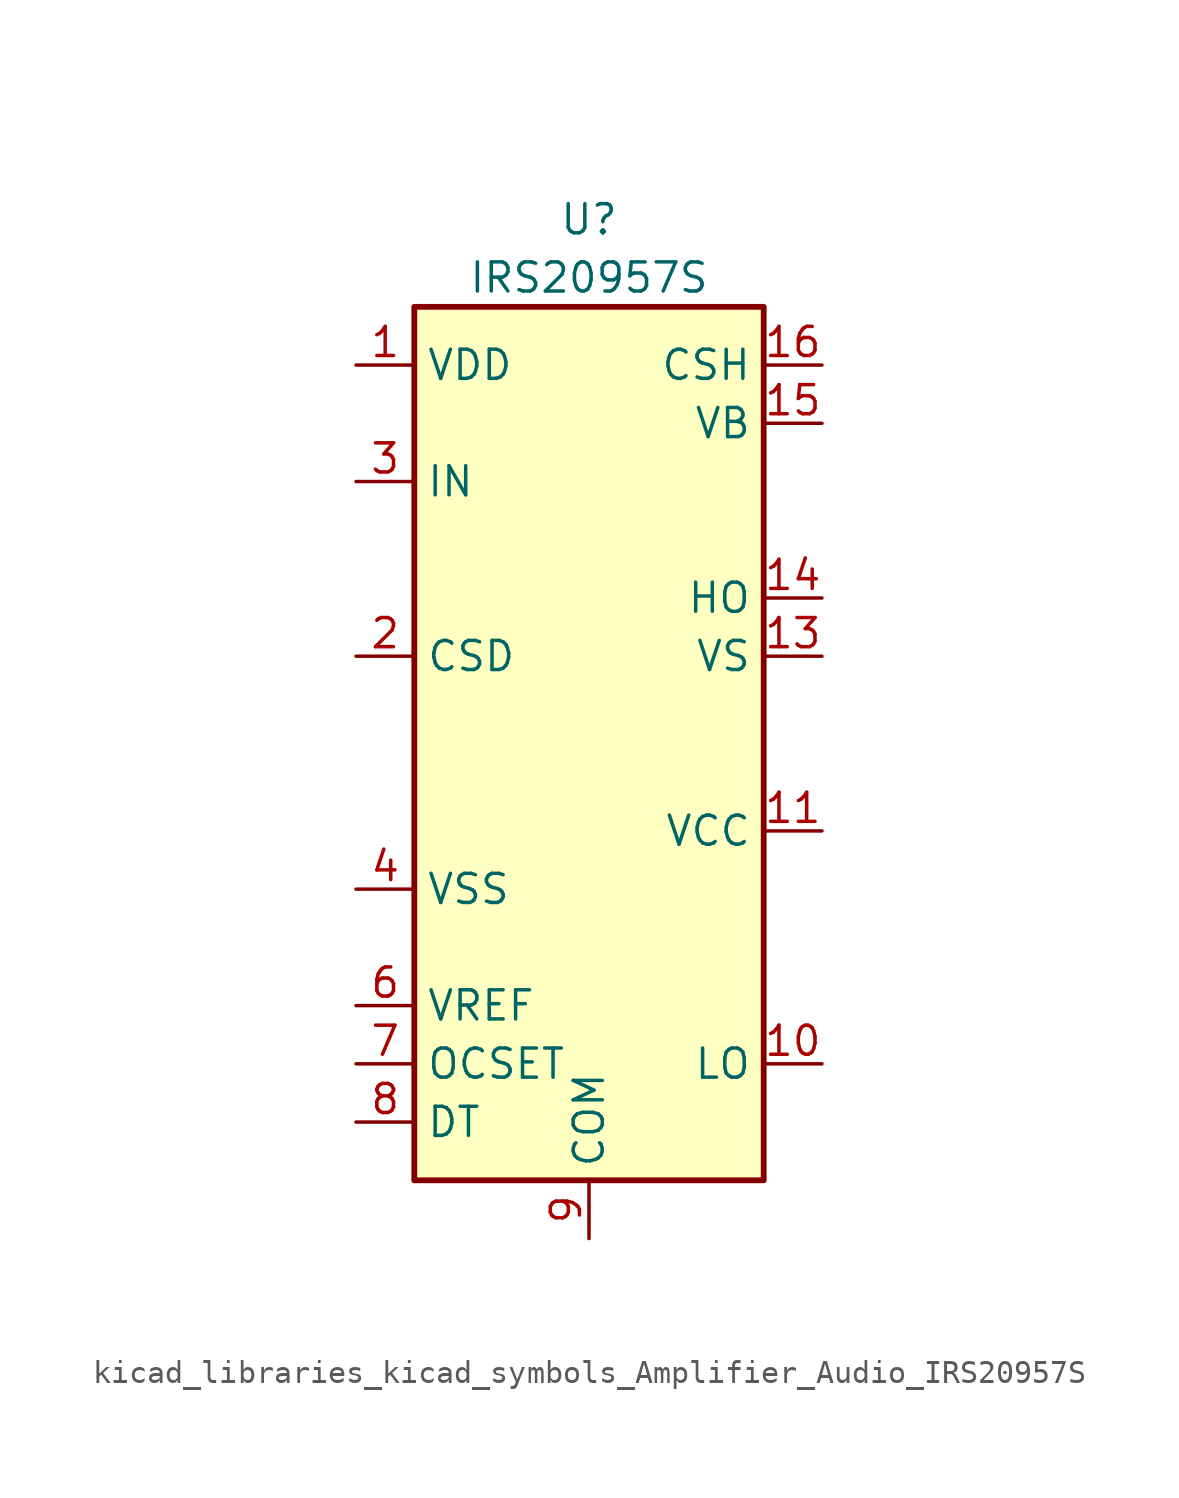
<source format=kicad_sym>
(kicad_symbol_lib
  (version 20220914)
  (generator kicad_symbol_editor)
  (symbol "kicad_libraries_kicad_symbols_Amplifier_Audio_IRS20957S"
    (property "Reference" "U"
      (at 0 24.13 0)
      (effects (font (size 1.27 1.27))))
    (property "Value" "IRS20957S"
      (at 0 21.59 0)
      (effects (font (size 1.27 1.27))))
    (symbol "kicad_libraries_kicad_symbols_Amplifier_Audio_IRS20957S_0_1"
      (rectangle (start -7.62 -17.78) (end 7.62 20.32) (stroke (width 0.254) (type default)) (fill (type background))))
    (symbol "kicad_libraries_kicad_symbols_Amplifier_Audio_IRS20957S_1_1"
      (pin power_in line (at -10.16 17.78 0) (length 2.54) (name "VDD" (effects (font (size 1.27 1.27)))) (number "1" (effects (font (size 1.27 1.27)))))
      (pin output line (at 10.16 -12.7 180) (length 2.54) (name "LO" (effects (font (size 1.27 1.27)))) (number "10" (effects (font (size 1.27 1.27)))))
      (pin power_in line (at 10.16 -2.54 180) (length 2.54) (name "VCC" (effects (font (size 1.27 1.27)))) (number "11" (effects (font (size 1.27 1.27)))))
      (pin no_connect line (at 7.62 0 180) (length 2.54) hide (name "NC" (effects (font (size 1.27 1.27)))) (number "12" (effects (font (size 1.27 1.27)))))
      (pin passive line (at 10.16 5.08 180) (length 2.54) (name "VS" (effects (font (size 1.27 1.27)))) (number "13" (effects (font (size 1.27 1.27)))))
      (pin output line (at 10.16 7.62 180) (length 2.54) (name "HO" (effects (font (size 1.27 1.27)))) (number "14" (effects (font (size 1.27 1.27)))))
      (pin power_in line (at 10.16 15.24 180) (length 2.54) (name "VB" (effects (font (size 1.27 1.27)))) (number "15" (effects (font (size 1.27 1.27)))))
      (pin passive line (at 10.16 17.78 180) (length 2.54) (name "CSH" (effects (font (size 1.27 1.27)))) (number "16" (effects (font (size 1.27 1.27)))))
      (pin passive line (at -10.16 5.08 0) (length 2.54) (name "CSD" (effects (font (size 1.27 1.27)))) (number "2" (effects (font (size 1.27 1.27)))))
      (pin input line (at -10.16 12.7 0) (length 2.54) (name "IN" (effects (font (size 1.27 1.27)))) (number "3" (effects (font (size 1.27 1.27)))))
      (pin power_in line (at -10.16 -5.08 0) (length 2.54) (name "VSS" (effects (font (size 1.27 1.27)))) (number "4" (effects (font (size 1.27 1.27)))))
      (pin no_connect line (at -7.62 0 0) (length 2.54) hide (name "NC" (effects (font (size 1.27 1.27)))) (number "5" (effects (font (size 1.27 1.27)))))
      (pin power_out line (at -10.16 -10.16 0) (length 2.54) (name "VREF" (effects (font (size 1.27 1.27)))) (number "6" (effects (font (size 1.27 1.27)))))
      (pin passive line (at -10.16 -12.7 0) (length 2.54) (name "OCSET" (effects (font (size 1.27 1.27)))) (number "7" (effects (font (size 1.27 1.27)))))
      (pin passive line (at -10.16 -15.24 0) (length 2.54) (name "DT" (effects (font (size 1.27 1.27)))) (number "8" (effects (font (size 1.27 1.27)))))
      (pin power_in line (at 0 -20.32 90) (length 2.54) (name "COM" (effects (font (size 1.27 1.27)))) (number "9" (effects (font (size 1.27 1.27))))))))
</source>
